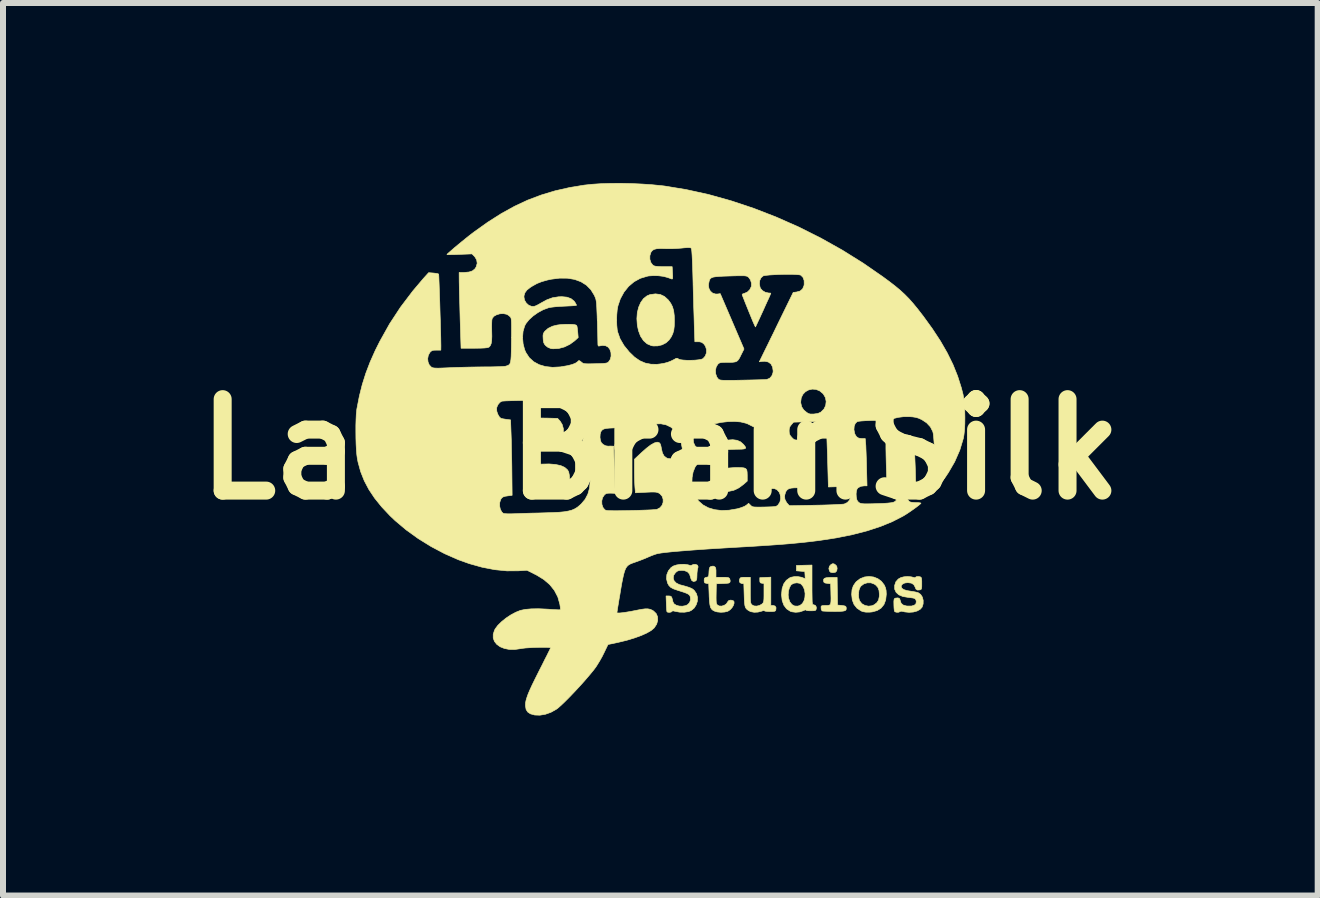
<source format=kicad_pcb>
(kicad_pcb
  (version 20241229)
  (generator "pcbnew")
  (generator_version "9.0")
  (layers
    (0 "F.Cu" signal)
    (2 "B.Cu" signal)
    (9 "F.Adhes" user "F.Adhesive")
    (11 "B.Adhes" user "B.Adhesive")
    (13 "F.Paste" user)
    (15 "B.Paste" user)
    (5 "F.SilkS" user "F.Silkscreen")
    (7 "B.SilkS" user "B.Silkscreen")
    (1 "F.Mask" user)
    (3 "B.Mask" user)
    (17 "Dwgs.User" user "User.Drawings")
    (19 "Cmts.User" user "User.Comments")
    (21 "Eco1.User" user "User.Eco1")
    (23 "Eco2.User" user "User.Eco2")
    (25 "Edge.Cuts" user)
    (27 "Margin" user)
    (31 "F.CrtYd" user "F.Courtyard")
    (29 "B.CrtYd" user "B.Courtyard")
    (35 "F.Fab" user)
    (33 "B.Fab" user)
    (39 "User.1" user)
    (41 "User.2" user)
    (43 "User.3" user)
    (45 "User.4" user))
  (footprint "LadyBrainSilk"
    (layer "F.Cu")
    (at 7.954 4.436)
    (property "Reference" "LadyBrainSilk" (at 0 0 0) (layer "F.SilkS") (effects (font (size 1.524 1.524) (thickness 0.3))))
    (attr through_hole)
    (fp_poly (pts (xy 3.747 -0.4) (xy 3.74 -0.394) (xy 3.734 -0.4) (xy 3.74 -0.406) (xy 3.747 -0.4)) (stroke (width 0.01) (type solid)) (fill yes) (layer "F.SilkS"))
    (fp_poly (pts (xy 2.895 1.911) (xy 2.913 1.922) (xy 2.939 1.948) (xy 2.946 1.985) (xy 2.939 2.027) (xy 2.917 2.05) (xy 2.875 2.057) (xy 2.874 2.057) (xy 2.837 2.05) (xy 2.819 2.031) (xy 2.808 1.989) (xy 2.818 1.949) (xy 2.846 1.919) (xy 2.847 1.919) (xy 2.873 1.907) (xy 2.895 1.911)) (stroke (width 0.01) (type solid)) (fill yes) (layer "F.SilkS"))
    (fp_poly (pts (xy -1.913 -0.519) (xy -1.894 -0.519) (xy -1.712 -0.514) (xy -1.67 -0.468) (xy -1.636 -0.413) (xy -1.617 -0.346) (xy -1.615 -0.272) (xy -1.63 -0.201) (xy -1.651 -0.155) (xy -1.672 -0.125) (xy -1.697 -0.103) (xy -1.73 -0.088) (xy -1.775 -0.077) (xy -1.835 -0.07) (xy -1.916 -0.067) (xy -1.951 -0.066) (xy -2.142 -0.061) (xy -2.151 -0.167) (xy -2.155 -0.233) (xy -2.158 -0.309) (xy -2.159 -0.38) (xy -2.159 -0.39) (xy -2.159 -0.507) (xy -2.117 -0.515) (xy -2.089 -0.517) (xy -2.041 -0.519) (xy -1.981 -0.52) (xy -1.913 -0.519)) (stroke (width 0.01) (type solid)) (fill yes) (layer "F.SilkS"))
    (fp_poly (pts (xy 1.347 0.306) (xy 1.394 0.311) (xy 1.423 0.323) (xy 1.44 0.345) (xy 1.446 0.38) (xy 1.448 0.433) (xy 1.448 0.438) (xy 1.448 0.531) (xy 1.389 0.583) (xy 1.307 0.644) (xy 1.224 0.684) (xy 1.131 0.704) (xy 1.081 0.709) (xy 1.026 0.711) (xy 0.99 0.709) (xy 0.965 0.703) (xy 0.945 0.692) (xy 0.936 0.686) (xy 0.892 0.636) (xy 0.868 0.578) (xy 0.864 0.515) (xy 0.881 0.455) (xy 0.916 0.401) (xy 0.963 0.364) (xy 1.035 0.334) (xy 1.129 0.314) (xy 1.243 0.305) (xy 1.279 0.305) (xy 1.347 0.306)) (stroke (width 0.01) (type solid)) (fill yes) (layer "F.SilkS"))
    (fp_poly (pts (xy -1.746 0.254) (xy -1.659 0.273) (xy -1.593 0.303) (xy -1.546 0.345) (xy -1.544 0.347) (xy -1.527 0.381) (xy -1.517 0.431) (xy -1.513 0.47) (xy -1.512 0.534) (xy -1.516 0.581) (xy -1.528 0.617) (xy -1.551 0.652) (xy -1.565 0.668) (xy -1.592 0.696) (xy -1.62 0.717) (xy -1.653 0.732) (xy -1.695 0.743) (xy -1.751 0.75) (xy -1.825 0.755) (xy -1.905 0.759) (xy -2.117 0.766) (xy -2.125 0.705) (xy -2.128 0.67) (xy -2.131 0.617) (xy -2.133 0.551) (xy -2.134 0.478) (xy -2.134 0.45) (xy -2.134 0.257) (xy -1.984 0.248) (xy -1.854 0.245) (xy -1.746 0.254)) (stroke (width 0.01) (type solid)) (fill yes) (layer "F.SilkS"))
    (fp_poly (pts (xy -1.459 -2.08) (xy -1.426 -2.075) (xy -1.407 -2.07) (xy -1.395 -2.062) (xy -1.388 -2.044) (xy -1.383 -2.01) (xy -1.378 -1.964) (xy -1.369 -1.861) (xy -1.428 -1.807) (xy -1.509 -1.748) (xy -1.6 -1.704) (xy -1.694 -1.679) (xy -1.787 -1.674) (xy -1.82 -1.677) (xy -1.872 -1.697) (xy -1.909 -1.725) (xy -1.931 -1.751) (xy -1.944 -1.778) (xy -1.951 -1.816) (xy -1.953 -1.845) (xy -1.955 -1.891) (xy -1.951 -1.921) (xy -1.94 -1.945) (xy -1.924 -1.967) (xy -1.869 -2.015) (xy -1.797 -2.05) (xy -1.721 -2.069) (xy -1.661 -2.077) (xy -1.591 -2.081) (xy -1.521 -2.082) (xy -1.459 -2.08)) (stroke (width 0.01) (type solid)) (fill yes) (layer "F.SilkS"))
    (fp_poly (pts (xy -0.002 -2.579) (xy 0.068 -2.546) (xy 0.131 -2.489) (xy 0.131 -2.489) (xy 0.173 -2.432) (xy 0.203 -2.373) (xy 0.222 -2.306) (xy 0.232 -2.225) (xy 0.234 -2.14) (xy 0.232 -2.052) (xy 0.224 -1.983) (xy 0.207 -1.926) (xy 0.182 -1.873) (xy 0.145 -1.82) (xy 0.095 -1.774) (xy 0.03 -1.74) (xy -0.044 -1.722) (xy -0.119 -1.721) (xy -0.149 -1.726) (xy -0.221 -1.757) (xy -0.281 -1.81) (xy -0.33 -1.884) (xy -0.365 -1.977) (xy -0.384 -2.068) (xy -0.391 -2.175) (xy -0.384 -2.276) (xy -0.361 -2.368) (xy -0.326 -2.447) (xy -0.28 -2.511) (xy -0.222 -2.556) (xy -0.172 -2.577) (xy -0.082 -2.589) (xy -0.002 -2.579)) (stroke (width 0.01) (type solid)) (fill yes) (layer "F.SilkS"))
    (fp_poly (pts (xy 2.949 2.366) (xy 2.953 2.597) (xy 3.023 2.603) (xy 3.063 2.609) (xy 3.085 2.616) (xy 3.095 2.629) (xy 3.097 2.639) (xy 3.098 2.663) (xy 3.092 2.68) (xy 3.075 2.691) (xy 3.044 2.698) (xy 2.996 2.702) (xy 2.928 2.703) (xy 2.89 2.703) (xy 2.824 2.702) (xy 2.767 2.7) (xy 2.723 2.698) (xy 2.699 2.695) (xy 2.695 2.694) (xy 2.681 2.67) (xy 2.678 2.626) (xy 2.683 2.613) (xy 2.7 2.606) (xy 2.733 2.604) (xy 2.756 2.603) (xy 2.789 2.603) (xy 2.814 2.599) (xy 2.83 2.589) (xy 2.839 2.568) (xy 2.843 2.533) (xy 2.844 2.48) (xy 2.842 2.406) (xy 2.842 2.394) (xy 2.838 2.242) (xy 2.781 2.235) (xy 2.745 2.229) (xy 2.727 2.218) (xy 2.72 2.2) (xy 2.72 2.171) (xy 2.733 2.152) (xy 2.762 2.142) (xy 2.81 2.137) (xy 2.845 2.136) (xy 2.946 2.136) (xy 2.949 2.366)) (stroke (width 0.01) (type solid)) (fill yes) (layer "F.SilkS"))
    (fp_poly (pts (xy 3.553 2.129) (xy 3.624 2.157) (xy 3.684 2.201) (xy 3.731 2.262) (xy 3.733 2.266) (xy 3.752 2.31) (xy 3.762 2.354) (xy 3.765 2.41) (xy 3.765 2.419) (xy 3.755 2.512) (xy 3.726 2.588) (xy 3.678 2.647) (xy 3.613 2.688) (xy 3.53 2.711) (xy 3.487 2.715) (xy 3.426 2.715) (xy 3.379 2.707) (xy 3.346 2.695) (xy 3.278 2.65) (xy 3.228 2.588) (xy 3.198 2.511) (xy 3.188 2.419) (xy 3.189 2.408) (xy 3.302 2.408) (xy 3.305 2.47) (xy 3.318 2.522) (xy 3.322 2.528) (xy 3.358 2.574) (xy 3.409 2.603) (xy 3.468 2.615) (xy 3.528 2.608) (xy 3.565 2.591) (xy 3.609 2.556) (xy 3.636 2.514) (xy 3.648 2.457) (xy 3.65 2.419) (xy 3.644 2.353) (xy 3.625 2.303) (xy 3.591 2.265) (xy 3.565 2.247) (xy 3.509 2.226) (xy 3.448 2.226) (xy 3.391 2.244) (xy 3.344 2.279) (xy 3.328 2.301) (xy 3.31 2.348) (xy 3.302 2.408) (xy 3.189 2.408) (xy 3.194 2.34) (xy 3.216 2.275) (xy 3.256 2.217) (xy 3.268 2.204) (xy 3.33 2.157) (xy 3.401 2.129) (xy 3.477 2.12) (xy 3.553 2.129)) (stroke (width 0.01) (type solid)) (fill yes) (layer "F.SilkS"))
    (fp_poly (pts (xy 1.841 2.603) (xy 1.879 2.603) (xy 1.912 2.613) (xy 1.928 2.64) (xy 1.924 2.679) (xy 1.924 2.68) (xy 1.917 2.693) (xy 1.901 2.701) (xy 1.872 2.704) (xy 1.829 2.705) (xy 1.784 2.703) (xy 1.75 2.699) (xy 1.734 2.693) (xy 1.734 2.693) (xy 1.718 2.689) (xy 1.687 2.698) (xy 1.683 2.7) (xy 1.626 2.714) (xy 1.564 2.717) (xy 1.508 2.707) (xy 1.48 2.694) (xy 1.452 2.676) (xy 1.432 2.658) (xy 1.418 2.636) (xy 1.409 2.605) (xy 1.403 2.561) (xy 1.399 2.499) (xy 1.397 2.433) (xy 1.391 2.242) (xy 1.357 2.238) (xy 1.327 2.225) (xy 1.316 2.196) (xy 1.322 2.162) (xy 1.331 2.146) (xy 1.346 2.138) (xy 1.374 2.134) (xy 1.416 2.134) (xy 1.499 2.134) (xy 1.499 2.349) (xy 1.499 2.429) (xy 1.5 2.487) (xy 1.502 2.527) (xy 1.505 2.554) (xy 1.511 2.572) (xy 1.519 2.585) (xy 1.525 2.592) (xy 1.56 2.611) (xy 1.606 2.614) (xy 1.653 2.603) (xy 1.694 2.579) (xy 1.696 2.577) (xy 1.709 2.564) (xy 1.718 2.549) (xy 1.723 2.527) (xy 1.726 2.494) (xy 1.727 2.444) (xy 1.727 2.393) (xy 1.727 2.237) (xy 1.692 2.233) (xy 1.669 2.227) (xy 1.659 2.211) (xy 1.657 2.184) (xy 1.657 2.14) (xy 1.749 2.136) (xy 1.841 2.132) (xy 1.841 2.603)) (stroke (width 0.01) (type solid)) (fill yes) (layer "F.SilkS"))
    (fp_poly (pts (xy 0.9 1.955) (xy 0.915 1.966) (xy 0.923 1.985) (xy 0.927 2.018) (xy 0.927 2.051) (xy 0.927 2.134) (xy 1.035 2.134) (xy 1.088 2.134) (xy 1.122 2.137) (xy 1.141 2.143) (xy 1.153 2.154) (xy 1.156 2.159) (xy 1.164 2.191) (xy 1.162 2.21) (xy 1.155 2.222) (xy 1.14 2.23) (xy 1.112 2.234) (xy 1.066 2.237) (xy 1.044 2.238) (xy 0.933 2.242) (xy 0.93 2.405) (xy 0.929 2.475) (xy 0.93 2.524) (xy 0.932 2.556) (xy 0.938 2.577) (xy 0.946 2.591) (xy 0.948 2.593) (xy 0.981 2.612) (xy 1.022 2.614) (xy 1.065 2.601) (xy 1.101 2.576) (xy 1.124 2.54) (xy 1.124 2.54) (xy 1.142 2.52) (xy 1.175 2.514) (xy 1.212 2.522) (xy 1.228 2.54) (xy 1.228 2.569) (xy 1.216 2.605) (xy 1.193 2.642) (xy 1.162 2.675) (xy 1.126 2.699) (xy 1.123 2.7) (xy 1.071 2.713) (xy 1.009 2.717) (xy 0.947 2.711) (xy 0.906 2.699) (xy 0.875 2.683) (xy 0.853 2.663) (xy 0.836 2.634) (xy 0.826 2.593) (xy 0.819 2.536) (xy 0.814 2.459) (xy 0.813 2.426) (xy 0.806 2.242) (xy 0.768 2.235) (xy 0.742 2.228) (xy 0.732 2.211) (xy 0.73 2.184) (xy 0.733 2.154) (xy 0.746 2.14) (xy 0.768 2.134) (xy 0.789 2.129) (xy 0.801 2.119) (xy 0.807 2.098) (xy 0.81 2.059) (xy 0.81 2.047) (xy 0.814 2.002) (xy 0.82 1.976) (xy 0.831 1.961) (xy 0.844 1.954) (xy 0.879 1.947) (xy 0.9 1.955)) (stroke (width 0.01) (type solid)) (fill yes) (layer "F.SilkS"))
    (fp_poly (pts (xy 2.527 2.26) (xy 2.527 2.36) (xy 2.528 2.438) (xy 2.529 2.496) (xy 2.53 2.537) (xy 2.533 2.564) (xy 2.536 2.58) (xy 2.541 2.588) (xy 2.548 2.591) (xy 2.551 2.591) (xy 2.582 2.601) (xy 2.599 2.629) (xy 2.598 2.66) (xy 2.592 2.678) (xy 2.58 2.687) (xy 2.557 2.691) (xy 2.515 2.692) (xy 2.508 2.692) (xy 2.465 2.691) (xy 2.435 2.686) (xy 2.426 2.68) (xy 2.416 2.677) (xy 2.391 2.686) (xy 2.378 2.692) (xy 2.322 2.711) (xy 2.256 2.717) (xy 2.192 2.709) (xy 2.165 2.7) (xy 2.103 2.659) (xy 2.058 2.599) (xy 2.03 2.522) (xy 2.02 2.428) (xy 2.13 2.428) (xy 2.136 2.48) (xy 2.158 2.544) (xy 2.194 2.589) (xy 2.239 2.613) (xy 2.292 2.614) (xy 2.328 2.602) (xy 2.367 2.571) (xy 2.394 2.524) (xy 2.409 2.467) (xy 2.412 2.405) (xy 2.403 2.344) (xy 2.381 2.291) (xy 2.349 2.25) (xy 2.322 2.234) (xy 2.275 2.226) (xy 2.226 2.233) (xy 2.185 2.254) (xy 2.178 2.261) (xy 2.152 2.305) (xy 2.135 2.363) (xy 2.13 2.428) (xy 2.02 2.428) (xy 2.02 2.426) (xy 2.02 2.417) (xy 2.029 2.323) (xy 2.056 2.244) (xy 2.099 2.184) (xy 2.158 2.142) (xy 2.176 2.134) (xy 2.231 2.123) (xy 2.295 2.123) (xy 2.355 2.134) (xy 2.37 2.14) (xy 2.414 2.158) (xy 2.411 2.098) (xy 2.407 2.038) (xy 2.267 2.026) (xy 2.267 1.937) (xy 2.397 1.933) (xy 2.527 1.93) (xy 2.527 2.26)) (stroke (width 0.01) (type solid)) (fill yes) (layer "F.SilkS"))
    (fp_poly (pts (xy 4.329 2.126) (xy 4.336 2.129) (xy 4.347 2.138) (xy 4.353 2.159) (xy 4.356 2.198) (xy 4.356 2.236) (xy 4.356 2.286) (xy 4.353 2.317) (xy 4.347 2.333) (xy 4.336 2.341) (xy 4.324 2.344) (xy 4.285 2.347) (xy 4.259 2.33) (xy 4.245 2.296) (xy 4.223 2.256) (xy 4.183 2.231) (xy 4.124 2.223) (xy 4.121 2.223) (xy 4.073 2.229) (xy 4.036 2.247) (xy 4.015 2.272) (xy 4.013 2.285) (xy 4.023 2.315) (xy 4.054 2.338) (xy 4.107 2.355) (xy 4.161 2.364) (xy 4.214 2.372) (xy 4.262 2.381) (xy 4.295 2.39) (xy 4.297 2.391) (xy 4.337 2.419) (xy 4.366 2.464) (xy 4.38 2.518) (xy 4.379 2.577) (xy 4.362 2.631) (xy 4.329 2.668) (xy 4.278 2.696) (xy 4.215 2.713) (xy 4.144 2.718) (xy 4.073 2.711) (xy 4.052 2.705) (xy 4.013 2.699) (xy 3.995 2.705) (xy 3.972 2.716) (xy 3.94 2.717) (xy 3.912 2.71) (xy 3.903 2.702) (xy 3.898 2.682) (xy 3.894 2.645) (xy 3.892 2.597) (xy 3.892 2.587) (xy 3.891 2.538) (xy 3.894 2.507) (xy 3.9 2.491) (xy 3.911 2.484) (xy 3.919 2.481) (xy 3.961 2.477) (xy 3.987 2.49) (xy 3.998 2.522) (xy 3.998 2.523) (xy 4.012 2.566) (xy 4.044 2.595) (xy 4.097 2.611) (xy 4.118 2.613) (xy 4.186 2.613) (xy 4.233 2.599) (xy 4.26 2.573) (xy 4.265 2.534) (xy 4.262 2.522) (xy 4.255 2.503) (xy 4.241 2.489) (xy 4.215 2.48) (xy 4.173 2.474) (xy 4.131 2.469) (xy 4.041 2.454) (xy 3.974 2.426) (xy 3.929 2.385) (xy 3.905 2.333) (xy 3.904 2.268) (xy 3.905 2.267) (xy 3.925 2.208) (xy 3.965 2.163) (xy 4.008 2.139) (xy 4.058 2.126) (xy 4.119 2.121) (xy 4.178 2.126) (xy 4.212 2.134) (xy 4.241 2.142) (xy 4.252 2.134) (xy 4.267 2.124) (xy 4.296 2.121) (xy 4.329 2.126)) (stroke (width 0.01) (type solid)) (fill yes) (layer "F.SilkS"))
    (fp_poly (pts (xy 0.462 1.926) (xy 0.477 1.931) (xy 0.51 1.938) (xy 0.525 1.931) (xy 0.551 1.92) (xy 0.586 1.919) (xy 0.615 1.93) (xy 0.621 1.935) (xy 0.629 1.96) (xy 0.623 1.987) (xy 0.616 2.018) (xy 0.611 2.063) (xy 0.61 2.102) (xy 0.608 2.148) (xy 0.603 2.176) (xy 0.593 2.191) (xy 0.584 2.197) (xy 0.551 2.204) (xy 0.524 2.188) (xy 0.507 2.15) (xy 0.503 2.133) (xy 0.485 2.078) (xy 0.45 2.041) (xy 0.398 2.022) (xy 0.359 2.019) (xy 0.315 2.021) (xy 0.286 2.03) (xy 0.26 2.05) (xy 0.253 2.056) (xy 0.222 2.101) (xy 0.215 2.148) (xy 0.229 2.192) (xy 0.264 2.229) (xy 0.317 2.256) (xy 0.332 2.26) (xy 0.407 2.28) (xy 0.463 2.297) (xy 0.503 2.312) (xy 0.532 2.326) (xy 0.554 2.343) (xy 0.566 2.354) (xy 0.602 2.407) (xy 0.619 2.468) (xy 0.617 2.532) (xy 0.597 2.593) (xy 0.563 2.647) (xy 0.514 2.687) (xy 0.473 2.705) (xy 0.401 2.716) (xy 0.322 2.715) (xy 0.25 2.702) (xy 0.25 2.702) (xy 0.216 2.694) (xy 0.199 2.696) (xy 0.194 2.702) (xy 0.179 2.713) (xy 0.152 2.718) (xy 0.124 2.716) (xy 0.11 2.708) (xy 0.107 2.692) (xy 0.104 2.657) (xy 0.101 2.608) (xy 0.1 2.572) (xy 0.095 2.445) (xy 0.139 2.445) (xy 0.165 2.447) (xy 0.182 2.456) (xy 0.193 2.477) (xy 0.204 2.516) (xy 0.21 2.544) (xy 0.228 2.576) (xy 0.264 2.599) (xy 0.312 2.613) (xy 0.365 2.616) (xy 0.418 2.607) (xy 0.452 2.592) (xy 0.486 2.558) (xy 0.503 2.511) (xy 0.499 2.461) (xy 0.494 2.446) (xy 0.484 2.43) (xy 0.467 2.416) (xy 0.44 2.402) (xy 0.399 2.386) (xy 0.34 2.367) (xy 0.286 2.35) (xy 0.22 2.327) (xy 0.173 2.302) (xy 0.142 2.27) (xy 0.12 2.23) (xy 0.103 2.16) (xy 0.108 2.09) (xy 0.134 2.026) (xy 0.177 1.973) (xy 0.215 1.947) (xy 0.268 1.929) (xy 0.334 1.918) (xy 0.402 1.917) (xy 0.462 1.926)) (stroke (width 0.01) (type solid)) (fill yes) (layer "F.SilkS"))
    (fp_poly (pts (xy -0.477 -4.427) (xy -0.301 -4.419) (xy -0.13 -4.407) (xy 0.029 -4.391) (xy 0.064 -4.387) (xy 0.43 -4.327) (xy 0.803 -4.245) (xy 1.179 -4.14) (xy 1.557 -4.014) (xy 1.933 -3.868) (xy 2.306 -3.703) (xy 2.673 -3.519) (xy 3.032 -3.318) (xy 3.381 -3.1) (xy 3.702 -2.878) (xy 3.816 -2.794) (xy 3.913 -2.719) (xy 3.996 -2.65) (xy 4.071 -2.581) (xy 4.142 -2.509) (xy 4.212 -2.43) (xy 4.286 -2.34) (xy 4.368 -2.234) (xy 4.377 -2.223) (xy 4.532 -2.009) (xy 4.666 -1.805) (xy 4.78 -1.607) (xy 4.876 -1.412) (xy 4.954 -1.218) (xy 5.016 -1.023) (xy 5.044 -0.914) (xy 5.057 -0.839) (xy 5.067 -0.746) (xy 5.073 -0.642) (xy 5.075 -0.532) (xy 5.074 -0.424) (xy 5.069 -0.324) (xy 5.059 -0.237) (xy 5.05 -0.184) (xy 4.99 0.015) (xy 4.905 0.209) (xy 4.797 0.395) (xy 4.793 0.4) (xy 4.749 0.466) (xy 4.715 0.513) (xy 4.687 0.544) (xy 4.664 0.564) (xy 4.642 0.575) (xy 4.626 0.579) (xy 4.585 0.587) (xy 4.584 0.5) (xy 4.583 0.389) (xy 4.58 0.276) (xy 4.576 0.164) (xy 4.572 0.057) (xy 4.566 -0.042) (xy 4.56 -0.13) (xy 4.554 -0.203) (xy 4.548 -0.258) (xy 4.541 -0.291) (xy 4.54 -0.294) (xy 4.5 -0.373) (xy 4.437 -0.44) (xy 4.355 -0.494) (xy 4.35 -0.496) (xy 4.301 -0.518) (xy 4.257 -0.531) (xy 4.206 -0.539) (xy 4.153 -0.543) (xy 4.057 -0.543) (xy 3.963 -0.531) (xy 3.88 -0.51) (xy 3.813 -0.48) (xy 3.812 -0.48) (xy 3.78 -0.464) (xy 3.756 -0.463) (xy 3.742 -0.468) (xy 3.718 -0.474) (xy 3.674 -0.478) (xy 3.615 -0.479) (xy 3.548 -0.48) (xy 3.478 -0.478) (xy 3.411 -0.475) (xy 3.352 -0.471) (xy 3.306 -0.466) (xy 3.28 -0.459) (xy 3.279 -0.459) (xy 3.248 -0.429) (xy 3.23 -0.382) (xy 3.226 -0.326) (xy 3.237 -0.267) (xy 3.244 -0.248) (xy 3.269 -0.208) (xy 3.305 -0.185) (xy 3.358 -0.178) (xy 3.364 -0.178) (xy 3.414 -0.178) (xy 3.421 -0.098) (xy 3.424 -0.063) (xy 3.426 -0.007) (xy 3.429 0.065) (xy 3.432 0.148) (xy 3.435 0.238) (xy 3.436 0.295) (xy 3.444 0.61) (xy 3.399 0.61) (xy 3.339 0.618) (xy 3.294 0.643) (xy 3.278 0.663) (xy 3.267 0.697) (xy 3.262 0.745) (xy 3.265 0.796) (xy 3.274 0.84) (xy 3.282 0.858) (xy 3.296 0.876) (xy 3.311 0.89) (xy 3.331 0.9) (xy 3.36 0.907) (xy 3.402 0.91) (xy 3.459 0.91) (xy 3.534 0.909) (xy 3.615 0.906) (xy 3.712 0.903) (xy 3.787 0.898) (xy 3.843 0.892) (xy 3.883 0.884) (xy 3.91 0.871) (xy 3.928 0.854) (xy 3.94 0.831) (xy 3.948 0.8) (xy 3.949 0.797) (xy 3.954 0.735) (xy 3.942 0.68) (xy 3.915 0.636) (xy 3.877 0.608) (xy 3.83 0.6) (xy 3.822 0.6) (xy 3.776 0.607) (xy 3.768 0.351) (xy 3.765 0.265) (xy 3.763 0.179) (xy 3.761 0.101) (xy 3.76 0.036) (xy 3.759 -0.009) (xy 3.759 -0.112) (xy 3.81 -0.156) (xy 3.859 -0.19) (xy 3.915 -0.214) (xy 3.985 -0.23) (xy 4.044 -0.237) (xy 4.12 -0.238) (xy 4.175 -0.224) (xy 4.21 -0.195) (xy 4.219 -0.179) (xy 4.222 -0.159) (xy 4.226 -0.118) (xy 4.23 -0.058) (xy 4.234 0.015) (xy 4.239 0.1) (xy 4.243 0.19) (xy 4.247 0.284) (xy 4.25 0.377) (xy 4.252 0.466) (xy 4.254 0.543) (xy 4.252 0.572) (xy 4.24 0.583) (xy 4.223 0.584) (xy 4.171 0.595) (xy 4.131 0.624) (xy 4.103 0.666) (xy 4.089 0.717) (xy 4.091 0.771) (xy 4.109 0.823) (xy 4.145 0.868) (xy 4.151 0.873) (xy 4.174 0.882) (xy 4.216 0.887) (xy 4.257 0.889) (xy 4.3 0.89) (xy 4.331 0.894) (xy 4.343 0.898) (xy 4.343 0.899) (xy 4.333 0.911) (xy 4.306 0.934) (xy 4.266 0.965) (xy 4.218 1) (xy 4.165 1.037) (xy 4.113 1.072) (xy 4.065 1.102) (xy 4.045 1.114) (xy 3.868 1.205) (xy 3.668 1.287) (xy 3.445 1.36) (xy 3.2 1.423) (xy 2.933 1.477) (xy 2.646 1.521) (xy 2.629 1.523) (xy 2.517 1.537) (xy 2.403 1.55) (xy 2.284 1.562) (xy 2.158 1.574) (xy 2.022 1.585) (xy 1.872 1.596) (xy 1.706 1.607) (xy 1.521 1.619) (xy 1.313 1.631) (xy 1.295 1.632) (xy 1.06 1.646) (xy 0.844 1.659) (xy 0.65 1.672) (xy 0.477 1.685) (xy 0.327 1.697) (xy 0.199 1.708) (xy 0.095 1.719) (xy 0.014 1.729) (xy -0.041 1.738) (xy -0.057 1.742) (xy -0.092 1.753) (xy -0.141 1.771) (xy -0.196 1.794) (xy -0.216 1.803) (xy -0.281 1.83) (xy -0.353 1.858) (xy -0.42 1.882) (xy -0.428 1.885) (xy -0.471 1.9) (xy -0.506 1.915) (xy -0.535 1.933) (xy -0.559 1.957) (xy -0.579 1.989) (xy -0.596 2.032) (xy -0.612 2.088) (xy -0.628 2.161) (xy -0.646 2.252) (xy -0.665 2.365) (xy -0.673 2.415) (xy -0.688 2.5) (xy -0.7 2.576) (xy -0.711 2.64) (xy -0.718 2.688) (xy -0.723 2.717) (xy -0.724 2.725) (xy -0.712 2.729) (xy -0.679 2.729) (xy -0.63 2.724) (xy -0.567 2.715) (xy -0.495 2.703) (xy -0.418 2.688) (xy -0.398 2.684) (xy -0.317 2.668) (xy -0.255 2.66) (xy -0.207 2.66) (xy -0.167 2.668) (xy -0.132 2.684) (xy -0.113 2.696) (xy -0.069 2.739) (xy -0.046 2.793) (xy -0.044 2.853) (xy -0.062 2.916) (xy -0.101 2.975) (xy -0.102 2.977) (xy -0.151 3.019) (xy -0.223 3.061) (xy -0.316 3.103) (xy -0.429 3.144) (xy -0.557 3.183) (xy -0.701 3.218) (xy -0.737 3.226) (xy -0.872 3.254) (xy -0.937 3.389) (xy -0.971 3.457) (xy -1.011 3.528) (xy -1.051 3.593) (xy -1.072 3.626) (xy -1.113 3.681) (xy -1.167 3.747) (xy -1.231 3.822) (xy -1.301 3.902) (xy -1.376 3.984) (xy -1.452 4.065) (xy -1.525 4.141) (xy -1.594 4.21) (xy -1.655 4.268) (xy -1.705 4.312) (xy -1.736 4.335) (xy -1.824 4.384) (xy -1.917 4.417) (xy -2.008 4.432) (xy -2.094 4.429) (xy -2.166 4.409) (xy -2.21 4.379) (xy -2.237 4.337) (xy -2.247 4.279) (xy -2.248 4.261) (xy -2.246 4.225) (xy -2.238 4.184) (xy -2.224 4.137) (xy -2.204 4.08) (xy -2.175 4.012) (xy -2.137 3.929) (xy -2.088 3.829) (xy -2.029 3.711) (xy -2.011 3.675) (xy -1.966 3.587) (xy -1.926 3.506) (xy -1.89 3.436) (xy -1.862 3.379) (xy -1.841 3.337) (xy -1.83 3.313) (xy -1.829 3.309) (xy -1.841 3.305) (xy -1.873 3.302) (xy -1.922 3.301) (xy -1.983 3.301) (xy -2.05 3.302) (xy -2.12 3.304) (xy -2.187 3.308) (xy -2.248 3.312) (xy -2.297 3.318) (xy -2.327 3.323) (xy -2.426 3.337) (xy -2.518 3.336) (xy -2.599 3.32) (xy -2.669 3.292) (xy -2.725 3.252) (xy -2.764 3.203) (xy -2.785 3.146) (xy -2.785 3.083) (xy -2.763 3.015) (xy -2.752 2.994) (xy -2.709 2.936) (xy -2.647 2.875) (xy -2.573 2.815) (xy -2.492 2.761) (xy -2.41 2.717) (xy -2.333 2.686) (xy -2.333 2.686) (xy -2.252 2.669) (xy -2.151 2.66) (xy -2.031 2.658) (xy -1.895 2.664) (xy -1.862 2.666) (xy -1.796 2.671) (xy -1.739 2.674) (xy -1.695 2.676) (xy -1.67 2.675) (xy -1.666 2.674) (xy -1.665 2.659) (xy -1.668 2.626) (xy -1.675 2.582) (xy -1.675 2.581) (xy -1.709 2.461) (xy -1.766 2.352) (xy -1.844 2.255) (xy -1.945 2.169) (xy -2.07 2.093) (xy -2.087 2.085) (xy -2.222 2.017) (xy -2.365 2.026) (xy -2.557 2.027) (xy -2.76 2.007) (xy -2.971 1.966) (xy -3.185 1.906) (xy -3.367 1.841) (xy -3.596 1.74) (xy -3.821 1.621) (xy -4.036 1.488) (xy -4.237 1.343) (xy -4.42 1.189) (xy -4.505 1.108) (xy -4.645 0.959) (xy -4.761 0.815) (xy -4.857 0.671) (xy -4.934 0.525) (xy -4.994 0.374) (xy -5.038 0.214) (xy -5.05 0.152) (xy -5.058 0.092) (xy -5.065 0.012) (xy -5.07 -0.082) (xy -5.073 -0.185) (xy -5.074 -0.292) (xy -5.074 -0.398) (xy -5.071 -0.496) (xy -5.067 -0.582) (xy -5.06 -0.651) (xy -5.058 -0.668) (xy -2.73 -0.668) (xy -2.723 -0.623) (xy -2.706 -0.578) (xy -2.683 -0.539) (xy -2.658 -0.516) (xy -2.653 -0.514) (xy -2.623 -0.507) (xy -2.58 -0.5) (xy -2.56 -0.497) (xy -2.496 -0.489) (xy -2.487 -0.241) (xy -2.484 -0.16) (xy -2.482 -0.06) (xy -2.48 0.052) (xy -2.477 0.171) (xy -2.475 0.288) (xy -2.474 0.387) (xy -2.47 0.768) (xy -2.534 0.776) (xy -2.588 0.784) (xy -2.623 0.796) (xy -2.646 0.815) (xy -2.661 0.839) (xy -2.677 0.89) (xy -2.678 0.948) (xy -2.666 1.002) (xy -2.641 1.047) (xy -2.619 1.067) (xy -2.596 1.073) (xy -2.549 1.076) (xy -2.477 1.076) (xy -2.407 1.074) (xy -2.336 1.071) (xy -2.246 1.068) (xy -2.146 1.065) (xy -2.041 1.063) (xy -1.939 1.06) (xy -1.911 1.059) (xy -1.787 1.055) (xy -1.684 1.05) (xy -1.601 1.042) (xy -1.532 1.03) (xy -1.475 1.015) (xy -1.427 0.994) (xy -1.384 0.968) (xy -1.343 0.934) (xy -1.317 0.91) (xy -1.253 0.834) (xy -1.208 0.748) (xy -1.18 0.648) (xy -1.17 0.533) (xy -1.171 0.461) (xy -1.176 0.391) (xy -1.184 0.339) (xy -1.197 0.294) (xy -1.209 0.264) (xy -1.245 0.201) (xy -1.288 0.144) (xy -1.334 0.099) (xy -1.372 0.076) (xy -1.401 0.061) (xy -1.407 0.046) (xy -1.391 0.025) (xy -1.383 0.018) (xy -1.336 -0.041) (xy -1.301 -0.118) (xy -1.282 -0.199) (xy -1.006 -0.199) (xy -0.999 -0.149) (xy -0.985 -0.111) (xy -0.953 -0.079) (xy -0.91 -0.057) (xy -0.868 -0.051) (xy -0.837 -0.053) (xy -0.811 -0.052) (xy -0.778 -0.051) (xy -0.77 0.264) (xy -0.767 0.355) (xy -0.765 0.443) (xy -0.762 0.523) (xy -0.759 0.589) (xy -0.757 0.637) (xy -0.756 0.656) (xy -0.75 0.735) (xy -0.826 0.732) (xy -0.871 0.733) (xy -0.9 0.738) (xy -0.922 0.752) (xy -0.934 0.764) (xy -0.963 0.807) (xy -0.976 0.861) (xy -0.974 0.918) (xy -0.957 0.969) (xy -0.926 1.008) (xy -0.922 1.01) (xy -0.911 1.016) (xy -0.894 1.02) (xy -0.868 1.023) (xy -0.831 1.024) (xy -0.779 1.025) (xy -0.71 1.025) (xy -0.621 1.024) (xy -0.51 1.022) (xy -0.495 1.021) (xy -0.395 1.019) (xy -0.302 1.016) (xy -0.218 1.013) (xy -0.148 1.01) (xy -0.095 1.006) (xy -0.063 1.003) (xy -0.056 1.002) (xy -0.006 0.975) (xy 0.028 0.935) (xy 0.046 0.885) (xy 0.046 0.833) (xy 0.03 0.784) (xy -0.006 0.743) (xy -0.028 0.729) (xy -0.048 0.721) (xy -0.073 0.715) (xy -0.106 0.713) (xy -0.154 0.713) (xy -0.222 0.716) (xy -0.242 0.717) (xy -0.415 0.726) (xy -0.423 0.639) (xy -0.426 0.594) (xy -0.427 0.569) (xy 0.526 0.569) (xy 0.54 0.667) (xy 0.57 0.758) (xy 0.582 0.783) (xy 0.637 0.863) (xy 0.711 0.928) (xy 0.8 0.976) (xy 0.904 1.007) (xy 1.02 1.021) (xy 1.145 1.016) (xy 1.279 0.993) (xy 1.3 0.988) (xy 1.353 0.971) (xy 1.401 0.952) (xy 1.433 0.933) (xy 1.435 0.931) (xy 1.471 0.901) (xy 1.504 0.934) (xy 1.517 0.946) (xy 1.53 0.955) (xy 1.548 0.96) (xy 1.574 0.963) (xy 1.614 0.964) (xy 1.671 0.964) (xy 1.733 0.963) (xy 1.808 0.961) (xy 1.862 0.959) (xy 1.899 0.956) (xy 1.924 0.952) (xy 1.94 0.945) (xy 1.954 0.935) (xy 1.963 0.926) (xy 1.992 0.881) (xy 2.004 0.827) (xy 2.001 0.773) (xy 2.07 0.773) (xy 2.075 0.833) (xy 2.104 0.889) (xy 2.11 0.896) (xy 2.15 0.941) (xy 2.583 0.933) (xy 2.688 0.931) (xy 2.786 0.928) (xy 2.875 0.925) (xy 2.95 0.921) (xy 3.01 0.918) (xy 3.049 0.915) (xy 3.064 0.913) (xy 3.116 0.888) (xy 3.152 0.847) (xy 3.171 0.794) (xy 3.17 0.736) (xy 3.155 0.692) (xy 3.137 0.663) (xy 3.111 0.643) (xy 3.075 0.631) (xy 3.023 0.625) (xy 2.951 0.624) (xy 2.933 0.625) (xy 2.8 0.629) (xy 2.785 0.096) (xy 2.78 -0.044) (xy 2.776 -0.161) (xy 2.772 -0.255) (xy 2.769 -0.329) (xy 2.765 -0.384) (xy 2.761 -0.421) (xy 2.757 -0.444) (xy 2.753 -0.451) (xy 2.739 -0.457) (xy 2.708 -0.46) (xy 2.659 -0.462) (xy 2.589 -0.461) (xy 2.497 -0.459) (xy 2.479 -0.459) (xy 2.22 -0.451) (xy 2.183 -0.409) (xy 2.159 -0.376) (xy 2.148 -0.342) (xy 2.146 -0.306) (xy 2.149 -0.263) (xy 2.162 -0.231) (xy 2.189 -0.198) (xy 2.189 -0.198) (xy 2.211 -0.176) (xy 2.229 -0.162) (xy 2.252 -0.155) (xy 2.287 -0.153) (xy 2.339 -0.152) (xy 2.34 -0.152) (xy 2.448 -0.152) (xy 2.457 0.236) (xy 2.459 0.333) (xy 2.46 0.421) (xy 2.461 0.498) (xy 2.461 0.561) (xy 2.46 0.606) (xy 2.458 0.63) (xy 2.458 0.633) (xy 2.442 0.636) (xy 2.407 0.639) (xy 2.357 0.641) (xy 2.307 0.642) (xy 2.233 0.643) (xy 2.179 0.648) (xy 2.142 0.658) (xy 2.116 0.674) (xy 2.097 0.698) (xy 2.089 0.711) (xy 2.07 0.773) (xy 2.001 0.773) (xy 2.001 0.77) (xy 1.982 0.718) (xy 1.948 0.679) (xy 1.94 0.673) (xy 1.903 0.657) (xy 1.859 0.655) (xy 1.841 0.656) (xy 1.782 0.663) (xy 1.773 0.304) (xy 1.769 0.194) (xy 1.766 0.105) (xy 1.763 0.035) (xy 1.759 -0.019) (xy 1.754 -0.062) (xy 1.749 -0.096) (xy 1.742 -0.125) (xy 1.739 -0.133) (xy 1.698 -0.228) (xy 1.637 -0.307) (xy 1.556 -0.372) (xy 1.454 -0.423) (xy 1.424 -0.434) (xy 1.338 -0.455) (xy 1.236 -0.463) (xy 1.125 -0.46) (xy 1.011 -0.447) (xy 0.9 -0.423) (xy 0.8 -0.39) (xy 0.781 -0.382) (xy 0.722 -0.353) (xy 0.665 -0.317) (xy 0.615 -0.281) (xy 0.579 -0.247) (xy 0.565 -0.228) (xy 0.548 -0.17) (xy 0.553 -0.112) (xy 0.577 -0.059) (xy 0.618 -0.018) (xy 0.643 -0.005) (xy 0.68 0.007) (xy 0.716 0.006) (xy 0.756 -0.007) (xy 0.807 -0.035) (xy 0.832 -0.051) (xy 0.914 -0.096) (xy 0.998 -0.128) (xy 1.095 -0.149) (xy 1.118 -0.152) (xy 1.206 -0.159) (xy 1.278 -0.149) (xy 1.337 -0.123) (xy 1.387 -0.079) (xy 1.389 -0.076) (xy 1.412 -0.047) (xy 1.422 -0.026) (xy 1.417 -0.013) (xy 1.395 -0.005) (xy 1.354 -0.001) (xy 1.29 -0.000049) (xy 1.263 0) (xy 1.115 0.006) (xy 0.986 0.026) (xy 0.873 0.061) (xy 0.772 0.111) (xy 0.681 0.178) (xy 0.626 0.231) (xy 0.579 0.297) (xy 0.546 0.379) (xy 0.529 0.472) (xy 0.526 0.569) (xy -0.427 0.569) (xy -0.429 0.532) (xy -0.431 0.458) (xy -0.432 0.382) (xy -0.432 0.36) (xy -0.432 0.167) (xy -0.317 0.059) (xy -0.231 -0.017) (xy -0.159 -0.072) (xy -0.1 -0.105) (xy -0.053 -0.118) (xy -0.019 -0.109) (xy -0.006 -0.096) (xy 0.005 -0.072) (xy 0.014 -0.033) (xy 0.018 -0.008) (xy 0.035 0.064) (xy 0.064 0.115) (xy 0.107 0.147) (xy 0.125 0.153) (xy 0.193 0.163) (xy 0.256 0.148) (xy 0.314 0.108) (xy 0.322 0.1) (xy 0.372 0.051) (xy 0.363 -0.027) (xy 0.34 -0.139) (xy 0.3 -0.234) (xy 0.245 -0.31) (xy 0.176 -0.368) (xy 0.097 -0.406) (xy 0.009 -0.424) (xy -0.087 -0.421) (xy -0.187 -0.396) (xy -0.29 -0.349) (xy -0.376 -0.292) (xy -0.442 -0.242) (xy -0.453 -0.302) (xy -0.464 -0.362) (xy -0.692 -0.357) (xy -0.782 -0.355) (xy -0.85 -0.352) (xy -0.9 -0.347) (xy -0.936 -0.339) (xy -0.96 -0.328) (xy -0.977 -0.312) (xy -0.991 -0.292) (xy -0.992 -0.29) (xy -1.003 -0.25) (xy -1.006 -0.199) (xy -1.282 -0.199) (xy -1.28 -0.208) (xy -1.274 -0.307) (xy -1.281 -0.39) (xy -1.309 -0.505) (xy -1.355 -0.604) (xy -1.42 -0.686) (xy -1.505 -0.752) (xy -1.57 -0.786) (xy -1.578 -0.79) (xy 2.339 -0.79) (xy 2.34 -0.772) (xy 2.355 -0.707) (xy 2.39 -0.654) (xy 2.44 -0.612) (xy 2.47 -0.594) (xy 2.501 -0.586) (xy 2.544 -0.586) (xy 2.56 -0.587) (xy 2.624 -0.596) (xy 2.671 -0.616) (xy 2.676 -0.62) (xy 2.726 -0.669) (xy 2.755 -0.729) (xy 2.763 -0.795) (xy 2.751 -0.86) (xy 2.716 -0.92) (xy 2.71 -0.927) (xy 2.654 -0.973) (xy 2.593 -0.997) (xy 2.531 -1.002) (xy 2.471 -0.988) (xy 2.418 -0.959) (xy 2.376 -0.915) (xy 2.348 -0.858) (xy 2.339 -0.79) (xy -1.578 -0.79) (xy -1.645 -0.819) (xy -2.125 -0.815) (xy -2.235 -0.813) (xy -2.337 -0.812) (xy -2.429 -0.81) (xy -2.509 -0.808) (xy -2.572 -0.806) (xy -2.617 -0.803) (xy -2.639 -0.801) (xy -2.64 -0.801) (xy -2.674 -0.781) (xy -2.705 -0.744) (xy -2.725 -0.7) (xy -2.73 -0.668) (xy -5.058 -0.668) (xy -5.057 -0.673) (xy -5.016 -0.884) (xy -4.967 -1.079) (xy -4.908 -1.266) (xy -4.837 -1.452) (xy -4.752 -1.643) (xy -4.675 -1.797) (xy -4.512 -2.089) (xy -4.329 -2.368) (xy -4.125 -2.637) (xy -3.948 -2.846) (xy -3.861 -2.942) (xy -3.782 -2.936) (xy -3.739 -2.931) (xy -3.708 -2.925) (xy -3.695 -2.919) (xy -3.693 -2.905) (xy -3.691 -2.869) (xy -3.689 -2.813) (xy -3.686 -2.741) (xy -3.683 -2.655) (xy -3.68 -2.56) (xy -3.676 -2.457) (xy -3.673 -2.349) (xy -3.67 -2.241) (xy -3.666 -2.134) (xy -3.664 -2.032) (xy -3.661 -1.938) (xy -3.659 -1.854) (xy -3.658 -1.785) (xy -3.657 -1.732) (xy -3.657 -1.711) (xy -3.658 -1.651) (xy -3.733 -1.651) (xy -3.777 -1.65) (xy -3.804 -1.643) (xy -3.825 -1.629) (xy -3.841 -1.612) (xy -3.867 -1.564) (xy -3.877 -1.508) (xy -3.871 -1.453) (xy -3.85 -1.404) (xy -3.815 -1.368) (xy -3.808 -1.364) (xy -3.793 -1.358) (xy -3.772 -1.354) (xy -3.742 -1.352) (xy -3.7 -1.351) (xy -3.642 -1.353) (xy -3.565 -1.356) (xy -3.502 -1.359) (xy -3.404 -1.363) (xy -3.289 -1.366) (xy -3.167 -1.369) (xy -3.047 -1.371) (xy -2.937 -1.372) (xy -2.927 -1.372) (xy -2.839 -1.372) (xy -2.757 -1.374) (xy -2.685 -1.376) (xy -2.628 -1.379) (xy -2.589 -1.382) (xy -2.577 -1.384) (xy -2.552 -1.392) (xy -2.532 -1.4) (xy -2.516 -1.412) (xy -2.504 -1.43) (xy -2.496 -1.457) (xy -2.49 -1.496) (xy -2.486 -1.55) (xy -2.484 -1.622) (xy -2.482 -1.713) (xy -2.481 -1.814) (xy -2.481 -1.861) (xy -2.296 -1.861) (xy -2.287 -1.756) (xy -2.261 -1.657) (xy -2.24 -1.61) (xy -2.184 -1.525) (xy -2.11 -1.458) (xy -2.02 -1.409) (xy -1.915 -1.378) (xy -1.796 -1.365) (xy -1.666 -1.372) (xy -1.543 -1.393) (xy -1.47 -1.412) (xy -1.418 -1.432) (xy -1.383 -1.455) (xy -1.372 -1.466) (xy -1.36 -1.477) (xy -1.344 -1.474) (xy -1.319 -1.455) (xy -1.317 -1.453) (xy -1.302 -1.441) (xy -1.287 -1.432) (xy -1.267 -1.427) (xy -1.239 -1.424) (xy -1.198 -1.423) (xy -1.139 -1.424) (xy -1.085 -1.425) (xy -1.009 -1.427) (xy -0.955 -1.429) (xy -0.917 -1.433) (xy -0.892 -1.438) (xy -0.875 -1.445) (xy -0.865 -1.453) (xy -0.835 -1.496) (xy -0.821 -1.551) (xy -0.823 -1.61) (xy -0.841 -1.664) (xy -0.869 -1.701) (xy -0.91 -1.724) (xy -0.964 -1.73) (xy -1.015 -1.721) (xy -1.027 -1.719) (xy -1.035 -1.723) (xy -1.04 -1.74) (xy -1.041 -1.773) (xy -1.042 -1.825) (xy -1.043 -1.872) (xy -1.044 -1.939) (xy -1.047 -2.02) (xy -1.049 -2.108) (xy -1.051 -2.153) (xy -0.729 -2.153) (xy -0.726 -2.067) (xy -0.719 -1.992) (xy -0.712 -1.956) (xy -0.671 -1.84) (xy -0.605 -1.727) (xy -0.517 -1.619) (xy -0.43 -1.535) (xy -0.343 -1.475) (xy -0.253 -1.436) (xy -0.157 -1.417) (xy -0.057 -1.415) (xy 0.004 -1.422) (xy 0.067 -1.433) (xy 0.118 -1.447) (xy 0.119 -1.447) (xy 0.167 -1.465) (xy 0.211 -1.486) (xy 0.234 -1.498) (xy 0.262 -1.514) (xy 0.281 -1.516) (xy 0.302 -1.505) (xy 0.304 -1.502) (xy 0.333 -1.492) (xy 0.38 -1.486) (xy 0.44 -1.482) (xy 0.506 -1.482) (xy 0.573 -1.484) (xy 0.633 -1.49) (xy 0.681 -1.498) (xy 0.71 -1.509) (xy 0.711 -1.51) (xy 0.748 -1.552) (xy 0.768 -1.605) (xy 0.769 -1.662) (xy 0.751 -1.718) (xy 0.724 -1.755) (xy 0.692 -1.78) (xy 0.657 -1.79) (xy 0.632 -1.791) (xy 0.575 -1.791) (xy 0.567 -2.01) (xy 0.565 -2.071) (xy 0.563 -2.154) (xy 0.56 -2.254) (xy 0.556 -2.366) (xy 0.553 -2.488) (xy 0.549 -2.614) (xy 0.546 -2.74) (xy 0.801 -2.74) (xy 0.809 -2.682) (xy 0.833 -2.635) (xy 0.872 -2.601) (xy 0.922 -2.586) (xy 0.959 -2.587) (xy 0.998 -2.593) (xy 1.196 -2.132) (xy 1.394 -1.67) (xy 1.342 -1.567) (xy 1.319 -1.52) (xy 1.298 -1.488) (xy 1.276 -1.467) (xy 1.247 -1.455) (xy 1.205 -1.449) (xy 1.147 -1.448) (xy 1.103 -1.448) (xy 1.047 -1.447) (xy 1.011 -1.444) (xy 0.987 -1.438) (xy 0.969 -1.427) (xy 0.959 -1.417) (xy 0.931 -1.373) (xy 0.919 -1.317) (xy 0.922 -1.258) (xy 0.941 -1.203) (xy 0.967 -1.169) (xy 0.976 -1.162) (xy 0.987 -1.157) (xy 1.003 -1.153) (xy 1.028 -1.15) (xy 1.064 -1.148) (xy 1.114 -1.148) (xy 1.18 -1.148) (xy 1.267 -1.149) (xy 1.364 -1.151) (xy 1.46 -1.153) (xy 1.55 -1.155) (xy 1.63 -1.157) (xy 1.696 -1.159) (xy 1.744 -1.161) (xy 1.771 -1.163) (xy 1.774 -1.163) (xy 1.821 -1.182) (xy 1.856 -1.22) (xy 1.876 -1.272) (xy 1.88 -1.303) (xy 1.87 -1.371) (xy 1.842 -1.422) (xy 1.798 -1.454) (xy 1.74 -1.466) (xy 1.703 -1.464) (xy 1.649 -1.457) (xy 1.686 -1.532) (xy 1.699 -1.559) (xy 1.722 -1.606) (xy 1.754 -1.671) (xy 1.793 -1.75) (xy 1.837 -1.841) (xy 1.886 -1.94) (xy 1.937 -2.046) (xy 1.968 -2.11) (xy 2.214 -2.613) (xy 2.27 -2.62) (xy 2.329 -2.636) (xy 2.37 -2.671) (xy 2.393 -2.724) (xy 2.397 -2.748) (xy 2.396 -2.812) (xy 2.377 -2.864) (xy 2.343 -2.898) (xy 2.338 -2.902) (xy 2.313 -2.907) (xy 2.267 -2.911) (xy 2.205 -2.914) (xy 2.132 -2.915) (xy 2.053 -2.914) (xy 1.972 -2.912) (xy 1.894 -2.908) (xy 1.824 -2.904) (xy 1.766 -2.898) (xy 1.726 -2.892) (xy 1.711 -2.887) (xy 1.677 -2.856) (xy 1.656 -2.811) (xy 1.651 -2.756) (xy 1.661 -2.7) (xy 1.671 -2.678) (xy 1.702 -2.643) (xy 1.748 -2.616) (xy 1.8 -2.604) (xy 1.809 -2.603) (xy 1.833 -2.602) (xy 1.841 -2.6) (xy 1.836 -2.587) (xy 1.823 -2.555) (xy 1.802 -2.508) (xy 1.775 -2.45) (xy 1.745 -2.384) (xy 1.714 -2.314) (xy 1.682 -2.245) (xy 1.652 -2.179) (xy 1.625 -2.122) (xy 1.604 -2.077) (xy 1.59 -2.048) (xy 1.585 -2.038) (xy 1.579 -2.048) (xy 1.565 -2.078) (xy 1.544 -2.125) (xy 1.519 -2.186) (xy 1.49 -2.257) (xy 1.474 -2.296) (xy 1.443 -2.373) (xy 1.415 -2.442) (xy 1.392 -2.501) (xy 1.375 -2.544) (xy 1.365 -2.57) (xy 1.363 -2.574) (xy 1.37 -2.587) (xy 1.398 -2.597) (xy 1.402 -2.598) (xy 1.45 -2.619) (xy 1.49 -2.658) (xy 1.515 -2.709) (xy 1.518 -2.717) (xy 1.518 -2.77) (xy 1.501 -2.823) (xy 1.47 -2.866) (xy 1.464 -2.87) (xy 1.453 -2.878) (xy 1.439 -2.884) (xy 1.42 -2.888) (xy 1.392 -2.891) (xy 1.352 -2.891) (xy 1.295 -2.891) (xy 1.22 -2.889) (xy 1.157 -2.887) (xy 1.059 -2.884) (xy 0.983 -2.88) (xy 0.926 -2.875) (xy 0.885 -2.869) (xy 0.856 -2.859) (xy 0.837 -2.847) (xy 0.824 -2.83) (xy 0.815 -2.807) (xy 0.814 -2.804) (xy 0.801 -2.74) (xy 0.546 -2.74) (xy 0.546 -2.741) (xy 0.545 -2.781) (xy 0.541 -2.929) (xy 0.537 -3.052) (xy 0.533 -3.152) (xy 0.529 -3.231) (xy 0.525 -3.289) (xy 0.521 -3.327) (xy 0.516 -3.347) (xy 0.515 -3.35) (xy 0.503 -3.357) (xy 0.482 -3.36) (xy 0.447 -3.36) (xy 0.394 -3.356) (xy 0.356 -3.352) (xy 0.279 -3.346) (xy 0.192 -3.342) (xy 0.111 -3.342) (xy 0.076 -3.343) (xy -0.003 -3.345) (xy -0.062 -3.341) (xy -0.105 -3.33) (xy -0.134 -3.311) (xy -0.156 -3.283) (xy -0.158 -3.278) (xy -0.175 -3.224) (xy -0.175 -3.166) (xy -0.159 -3.113) (xy -0.129 -3.072) (xy -0.111 -3.058) (xy -0.083 -3.05) (xy -0.033 -3.045) (xy 0.034 -3.042) (xy 0.057 -3.042) (xy 0.197 -3.042) (xy 0.203 -2.936) (xy 0.206 -2.884) (xy 0.205 -2.853) (xy 0.201 -2.839) (xy 0.193 -2.836) (xy 0.191 -2.837) (xy 0.168 -2.845) (xy 0.132 -2.858) (xy 0.114 -2.864) (xy 0.049 -2.881) (xy -0.03 -2.891) (xy -0.114 -2.893) (xy -0.193 -2.888) (xy -0.218 -2.883) (xy -0.334 -2.848) (xy -0.438 -2.791) (xy -0.529 -2.714) (xy -0.606 -2.618) (xy -0.667 -2.506) (xy -0.707 -2.388) (xy -0.719 -2.323) (xy -0.726 -2.241) (xy -0.729 -2.153) (xy -1.051 -2.153) (xy -1.053 -2.198) (xy -1.053 -2.212) (xy -1.057 -2.303) (xy -1.06 -2.372) (xy -1.063 -2.425) (xy -1.068 -2.464) (xy -1.073 -2.494) (xy -1.081 -2.52) (xy -1.091 -2.544) (xy -1.102 -2.568) (xy -1.158 -2.659) (xy -1.232 -2.734) (xy -1.323 -2.791) (xy -1.429 -2.83) (xy -1.547 -2.85) (xy -1.679 -2.851) (xy -1.82 -2.833) (xy -1.884 -2.819) (xy -1.976 -2.793) (xy -2.055 -2.762) (xy -2.129 -2.721) (xy -2.166 -2.698) (xy -2.223 -2.653) (xy -2.257 -2.607) (xy -2.272 -2.557) (xy -2.273 -2.537) (xy -2.263 -2.484) (xy -2.234 -2.436) (xy -2.194 -2.4) (xy -2.146 -2.381) (xy -2.104 -2.38) (xy -2.073 -2.391) (xy -2.031 -2.412) (xy -1.988 -2.437) (xy -1.891 -2.49) (xy -1.798 -2.524) (xy -1.698 -2.54) (xy -1.64 -2.542) (xy -1.556 -2.534) (xy -1.488 -2.509) (xy -1.437 -2.468) (xy -1.422 -2.447) (xy -1.406 -2.419) (xy -1.397 -2.401) (xy -1.397 -2.399) (xy -1.409 -2.396) (xy -1.442 -2.392) (xy -1.492 -2.389) (xy -1.554 -2.386) (xy -1.597 -2.384) (xy -1.678 -2.38) (xy -1.752 -2.374) (xy -1.813 -2.367) (xy -1.856 -2.36) (xy -1.862 -2.358) (xy -1.952 -2.325) (xy -2.039 -2.278) (xy -2.12 -2.221) (xy -2.188 -2.159) (xy -2.24 -2.094) (xy -2.261 -2.055) (xy -2.288 -1.963) (xy -2.296 -1.861) (xy -2.481 -1.861) (xy -2.48 -1.92) (xy -2.48 -2.004) (xy -2.48 -2.068) (xy -2.481 -2.116) (xy -2.483 -2.15) (xy -2.486 -2.173) (xy -2.49 -2.189) (xy -2.496 -2.2) (xy -2.504 -2.209) (xy -2.504 -2.209) (xy -2.534 -2.234) (xy -2.561 -2.249) (xy -2.616 -2.26) (xy -2.674 -2.257) (xy -2.728 -2.241) (xy -2.773 -2.216) (xy -2.801 -2.181) (xy -2.803 -2.175) (xy -2.808 -2.149) (xy -2.81 -2.104) (xy -2.811 -2.046) (xy -2.81 -1.98) (xy -2.81 -1.974) (xy -2.808 -1.882) (xy -2.811 -1.812) (xy -2.819 -1.761) (xy -2.834 -1.726) (xy -2.854 -1.703) (xy -2.862 -1.699) (xy -2.886 -1.692) (xy -2.932 -1.687) (xy -3.002 -1.684) (xy -3.095 -1.683) (xy -3.105 -1.683) (xy -3.321 -1.683) (xy -3.336 -2.159) (xy -3.339 -2.274) (xy -3.342 -2.389) (xy -3.345 -2.497) (xy -3.348 -2.597) (xy -3.35 -2.682) (xy -3.351 -2.75) (xy -3.352 -2.791) (xy -3.353 -2.946) (xy -3.267 -2.946) (xy -3.189 -2.953) (xy -3.131 -2.972) (xy -3.09 -3.006) (xy -3.069 -3.039) (xy -3.052 -3.099) (xy -3.061 -3.156) (xy -3.093 -3.209) (xy -3.101 -3.217) (xy -3.139 -3.255) (xy -3.347 -3.247) (xy -3.417 -3.244) (xy -3.477 -3.243) (xy -3.522 -3.242) (xy -3.55 -3.243) (xy -3.556 -3.244) (xy -3.547 -3.256) (xy -3.52 -3.28) (xy -3.48 -3.315) (xy -3.43 -3.359) (xy -3.372 -3.407) (xy -3.31 -3.458) (xy -3.247 -3.509) (xy -3.186 -3.558) (xy -3.13 -3.601) (xy -3.105 -3.62) (xy -2.875 -3.784) (xy -2.652 -3.926) (xy -2.431 -4.048) (xy -2.211 -4.151) (xy -1.986 -4.236) (xy -1.755 -4.306) (xy -1.512 -4.361) (xy -1.27 -4.401) (xy -1.141 -4.415) (xy -0.991 -4.425) (xy -0.828 -4.43) (xy -0.654 -4.431) (xy -0.477 -4.427)) (stroke (width 0.01) (type solid)) (fill yes) (layer "F.SilkS")))
  (gr_rect
    (start -3 -3)
    (end 18.908 11.873)
    (stroke (width 0.1) (type default))
    (fill no)
    (layer "Edge.Cuts")))
</source>
